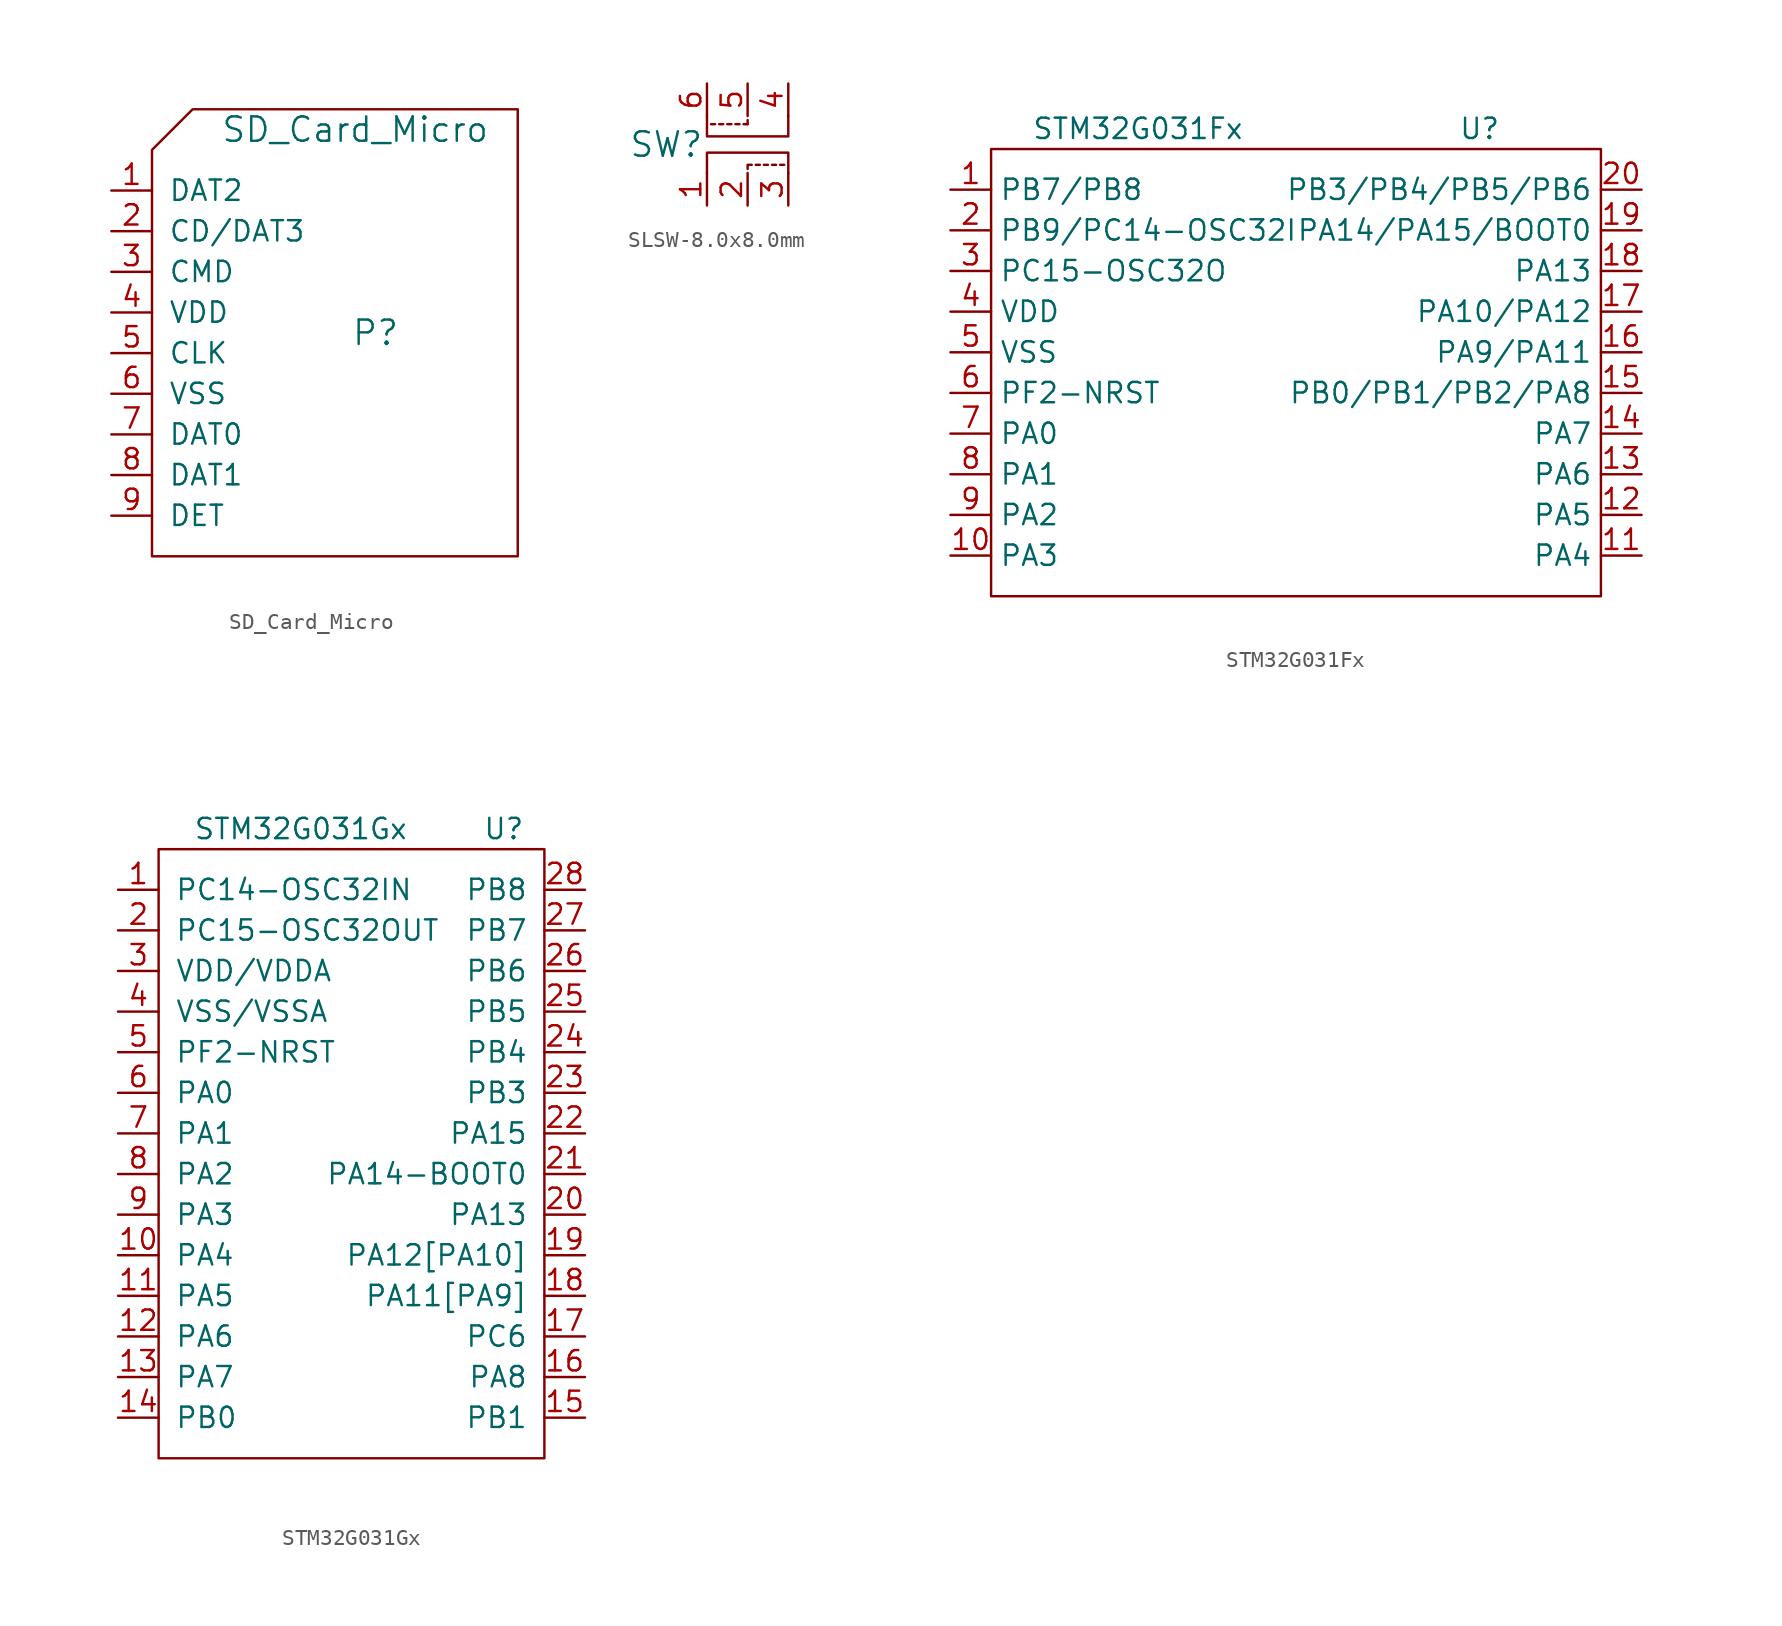
<source format=kicad_sym>
(kicad_symbol_lib
  (version 20220914)
  (generator kicad_symbol_editor)
  (symbol "SD_Card_Micro"
    (pin_names
      (offset 1.016))
    (property "Reference" "P"
      (at 1.27 1.27 0)
      (effects (font (size 1.524 1.524))))
    (property "Value" "SD_Card_Micro"
      (at 0 13.97 0)
      (effects (font (size 1.524 1.524))))
    (property "Footprint" ""
      (at 2.794 -12.7 90)
      (effects (font (size 1.524 1.524))))
    (property "Datasheet" ""
      (at 2.794 -12.7 90)
      (effects (font (size 1.524 1.524))))
    (symbol "SD_Card_Micro_0_1"
      (polyline (pts (xy 10.16 -12.7) (xy -12.7 -12.7) (xy -12.7 12.7) (xy -10.16 15.24) (xy 10.16 15.24) (xy 10.16 -12.7) (xy 10.16 -6.604)) (stroke (width 0) (type default)) (fill (type none))))
    (symbol "SD_Card_Micro_1_1"
      (pin input line (at -15.24 10.16 0) (length 2.54) (name "DAT2" (effects (font (size 1.27 1.27)))) (number "1" (effects (font (size 1.27 1.27)))))
      (pin input line (at -15.24 7.62 0) (length 2.54) (name "CD/DAT3" (effects (font (size 1.27 1.27)))) (number "2" (effects (font (size 1.27 1.27)))))
      (pin input line (at -15.24 5.08 0) (length 2.54) (name "CMD" (effects (font (size 1.27 1.27)))) (number "3" (effects (font (size 1.27 1.27)))))
      (pin input line (at -15.24 2.54 0) (length 2.54) (name "VDD" (effects (font (size 1.27 1.27)))) (number "4" (effects (font (size 1.27 1.27)))))
      (pin input line (at -15.24 0 0) (length 2.54) (name "CLK" (effects (font (size 1.27 1.27)))) (number "5" (effects (font (size 1.27 1.27)))))
      (pin input line (at -15.24 -2.54 0) (length 2.54) (name "VSS" (effects (font (size 1.27 1.27)))) (number "6" (effects (font (size 1.27 1.27)))))
      (pin input line (at -15.24 -5.08 0) (length 2.54) (name "DAT0" (effects (font (size 1.27 1.27)))) (number "7" (effects (font (size 1.27 1.27)))))
      (pin input line (at -15.24 -7.62 0) (length 2.54) (name "DAT1" (effects (font (size 1.27 1.27)))) (number "8" (effects (font (size 1.27 1.27)))))
      (pin bidirectional line (at -15.24 -10.16 0) (length 2.54) (name "DET" (effects (font (size 1.27 1.27)))) (number "9" (effects (font (size 1.27 1.27)))))))
  (symbol "SLSW-8.0x8.0mm"
    (pin_names
      (offset 1.016))
    (property "Reference" "SW"
      (at -5.08 0 0)
      (effects (font (size 1.524 1.524))))
    (property "Footprint" ""
      (at 0 0 0)
      (effects (font (size 2.54 2.54))))
    (property "Datasheet" ""
      (at 0 0 0)
      (effects (font (size 2.54 2.54))))
    (symbol "SLSW-8.0x8.0mm_0_1"
      (polyline (pts (xy -2.032 1.27) (xy -2.286 1.27)) (stroke (width 0) (type default)) (fill (type none)))
      (polyline (pts (xy -1.524 1.27) (xy -1.778 1.27)) (stroke (width 0) (type default)) (fill (type none)))
      (polyline (pts (xy -1.016 1.27) (xy -1.27 1.27)) (stroke (width 0) (type default)) (fill (type none)))
      (polyline (pts (xy -0.508 1.27) (xy -0.762 1.27)) (stroke (width 0) (type default)) (fill (type none)))
      (polyline (pts (xy 0 1.27) (xy -0.254 1.27)) (stroke (width 0) (type default)) (fill (type none)))
      (polyline (pts (xy 0 1.524) (xy 0 1.27)) (stroke (width 0) (type default)) (fill (type none)))
      (polyline (pts (xy 0.508 -1.27) (xy 0.762 -1.27)) (stroke (width 0) (type default)) (fill (type none)))
      (polyline (pts (xy 1.016 -1.27) (xy 1.27 -1.27)) (stroke (width 0) (type default)) (fill (type none)))
      (polyline (pts (xy 1.524 -1.27) (xy 1.778 -1.27)) (stroke (width 0) (type default)) (fill (type none)))
      (polyline (pts (xy 2.032 -1.27) (xy 2.286 -1.27)) (stroke (width 0) (type default)) (fill (type none)))
      (polyline (pts (xy 0 -1.524) (xy 0 -1.27) (xy 0.254 -1.27)) (stroke (width 0) (type default)) (fill (type none)))
      (polyline (pts (xy -2.54 1.778) (xy -2.54 0.508) (xy 2.54 0.508) (xy 2.54 1.778)) (stroke (width 0) (type default)) (fill (type none)))
      (polyline (pts (xy 2.54 -1.778) (xy 2.54 -0.508) (xy -2.54 -0.508) (xy -2.54 -1.778)) (stroke (width 0) (type default)) (fill (type none))))
    (symbol "SLSW-8.0x8.0mm_1_1"
      (pin input line (at -2.54 -3.81 90) (length 2.032) (name "~" (effects (font (size 1.27 1.27)))) (number "1" (effects (font (size 1.27 1.27)))))
      (pin input line (at 0 -3.81 90) (length 2.032) (name "~" (effects (font (size 1.27 1.27)))) (number "2" (effects (font (size 1.27 1.27)))))
      (pin input line (at 2.54 -3.81 90) (length 2.032) (name "~" (effects (font (size 1.27 1.27)))) (number "3" (effects (font (size 1.27 1.27)))))
      (pin input line (at 2.54 3.81 270) (length 2.032) (name "~" (effects (font (size 1.27 1.27)))) (number "4" (effects (font (size 1.27 1.27)))))
      (pin passive line (at 0 3.81 270) (length 2.032) (name "~" (effects (font (size 1.27 1.27)))) (number "5" (effects (font (size 1.27 1.27)))))
      (pin input line (at -2.54 3.81 270) (length 2.032) (name "~" (effects (font (size 1.27 1.27)))) (number "6" (effects (font (size 1.27 1.27)))))))
  (symbol "STM32G031Fx"
    (property "Reference" "U"
      (at 10.16 15.24 0)
      (effects (font (size 1.27 1.27)) (justify left)))
    (property "Value" "STM32G031Fx"
      (at -16.51 15.24 0)
      (effects (font (size 1.27 1.27)) (justify left)))
    (symbol "STM32G031Fx_0_1"
      (rectangle (start -19.05 13.97) (end 19.05 -13.97) (stroke (width 0) (type default)) (fill (type none))))
    (symbol "STM32G031Fx_1_1"
      (pin bidirectional line (at -21.59 11.43 0) (length 2.54) (name "PB7/PB8" (effects (font (size 1.27 1.27)))) (number "1" (effects (font (size 1.27 1.27)))))
      (pin bidirectional line (at -21.59 -11.43 0) (length 2.54) (name "PA3" (effects (font (size 1.27 1.27)))) (number "10" (effects (font (size 1.27 1.27)))))
      (pin bidirectional line (at 21.59 -11.43 180) (length 2.54) (name "PA4" (effects (font (size 1.27 1.27)))) (number "11" (effects (font (size 1.27 1.27)))))
      (pin bidirectional line (at 21.59 -8.89 180) (length 2.54) (name "PA5" (effects (font (size 1.27 1.27)))) (number "12" (effects (font (size 1.27 1.27)))))
      (pin bidirectional line (at 21.59 -6.35 180) (length 2.54) (name "PA6" (effects (font (size 1.27 1.27)))) (number "13" (effects (font (size 1.27 1.27)))))
      (pin bidirectional line (at 21.59 -3.81 180) (length 2.54) (name "PA7" (effects (font (size 1.27 1.27)))) (number "14" (effects (font (size 1.27 1.27)))))
      (pin bidirectional line (at 21.59 -1.27 180) (length 2.54) (name "PB0/PB1/PB2/PA8" (effects (font (size 1.27 1.27)))) (number "15" (effects (font (size 1.27 1.27)))))
      (pin bidirectional line (at 21.59 1.27 180) (length 2.54) (name "PA9/PA11" (effects (font (size 1.27 1.27)))) (number "16" (effects (font (size 1.27 1.27)))))
      (pin bidirectional line (at 21.59 3.81 180) (length 2.54) (name "PA10/PA12" (effects (font (size 1.27 1.27)))) (number "17" (effects (font (size 1.27 1.27)))))
      (pin bidirectional line (at 21.59 6.35 180) (length 2.54) (name "PA13" (effects (font (size 1.27 1.27)))) (number "18" (effects (font (size 1.27 1.27)))))
      (pin bidirectional line (at 21.59 8.89 180) (length 2.54) (name "PA14/PA15/BOOT0" (effects (font (size 1.27 1.27)))) (number "19" (effects (font (size 1.27 1.27)))))
      (pin bidirectional line (at -21.59 8.89 0) (length 2.54) (name "PB9/PC14-OSC32I" (effects (font (size 1.27 1.27)))) (number "2" (effects (font (size 1.27 1.27)))))
      (pin bidirectional line (at 21.59 11.43 180) (length 2.54) (name "PB3/PB4/PB5/PB6" (effects (font (size 1.27 1.27)))) (number "20" (effects (font (size 1.27 1.27)))))
      (pin bidirectional line (at -21.59 6.35 0) (length 2.54) (name "PC15-OSC32O" (effects (font (size 1.27 1.27)))) (number "3" (effects (font (size 1.27 1.27)))))
      (pin power_in line (at -21.59 3.81 0) (length 2.54) (name "VDD" (effects (font (size 1.27 1.27)))) (number "4" (effects (font (size 1.27 1.27)))))
      (pin power_in line (at -21.59 1.27 0) (length 2.54) (name "VSS" (effects (font (size 1.27 1.27)))) (number "5" (effects (font (size 1.27 1.27)))))
      (pin bidirectional line (at -21.59 -1.27 0) (length 2.54) (name "PF2-NRST" (effects (font (size 1.27 1.27)))) (number "6" (effects (font (size 1.27 1.27)))))
      (pin bidirectional line (at -21.59 -3.81 0) (length 2.54) (name "PA0" (effects (font (size 1.27 1.27)))) (number "7" (effects (font (size 1.27 1.27)))))
      (pin bidirectional line (at -21.59 -6.35 0) (length 2.54) (name "PA1" (effects (font (size 1.27 1.27)))) (number "8" (effects (font (size 1.27 1.27)))))
      (pin bidirectional line (at -21.59 -8.89 0) (length 2.54) (name "PA2" (effects (font (size 1.27 1.27)))) (number "9" (effects (font (size 1.27 1.27)))))))
  (symbol "STM32G031Gx"
    (pin_names
      (offset 1.016))
    (property "Reference" "U"
      (at 8.89 20.32 0)
      (effects (font (size 1.27 1.27))))
    (property "Value" "STM32G031Gx"
      (at -3.81 20.32 0)
      (effects (font (size 1.27 1.27))))
    (symbol "STM32G031Gx_0_1"
      (rectangle (start -12.7 19.05) (end 11.43 -19.05) (stroke (width 0) (type default)) (fill (type none))))
    (symbol "STM32G031Gx_1_1"
      (pin bidirectional line (at -15.24 16.51 0) (length 2.54) (name "PC14-OSC32IN" (effects (font (size 1.27 1.27)))) (number "1" (effects (font (size 1.27 1.27)))))
      (pin bidirectional line (at -15.24 -6.35 0) (length 2.54) (name "PA4" (effects (font (size 1.27 1.27)))) (number "10" (effects (font (size 1.27 1.27)))))
      (pin bidirectional line (at -15.24 -8.89 0) (length 2.54) (name "PA5" (effects (font (size 1.27 1.27)))) (number "11" (effects (font (size 1.27 1.27)))))
      (pin bidirectional line (at -15.24 -11.43 0) (length 2.54) (name "PA6" (effects (font (size 1.27 1.27)))) (number "12" (effects (font (size 1.27 1.27)))))
      (pin bidirectional line (at -15.24 -13.97 0) (length 2.54) (name "PA7" (effects (font (size 1.27 1.27)))) (number "13" (effects (font (size 1.27 1.27)))))
      (pin bidirectional line (at -15.24 -16.51 0) (length 2.54) (name "PB0" (effects (font (size 1.27 1.27)))) (number "14" (effects (font (size 1.27 1.27)))))
      (pin bidirectional line (at 13.97 -16.51 180) (length 2.54) (name "PB1" (effects (font (size 1.27 1.27)))) (number "15" (effects (font (size 1.27 1.27)))))
      (pin bidirectional line (at 13.97 -13.97 180) (length 2.54) (name "PA8" (effects (font (size 1.27 1.27)))) (number "16" (effects (font (size 1.27 1.27)))))
      (pin bidirectional line (at 13.97 -11.43 180) (length 2.54) (name "PC6" (effects (font (size 1.27 1.27)))) (number "17" (effects (font (size 1.27 1.27)))))
      (pin bidirectional line (at 13.97 -8.89 180) (length 2.54) (name "PA11[PA9]" (effects (font (size 1.27 1.27)))) (number "18" (effects (font (size 1.27 1.27)))))
      (pin bidirectional line (at 13.97 -6.35 180) (length 2.54) (name "PA12[PA10]" (effects (font (size 1.27 1.27)))) (number "19" (effects (font (size 1.27 1.27)))))
      (pin bidirectional line (at -15.24 13.97 0) (length 2.54) (name "PC15-OSC32OUT" (effects (font (size 1.27 1.27)))) (number "2" (effects (font (size 1.27 1.27)))))
      (pin bidirectional line (at 13.97 -3.81 180) (length 2.54) (name "PA13" (effects (font (size 1.27 1.27)))) (number "20" (effects (font (size 1.27 1.27)))))
      (pin bidirectional line (at 13.97 -1.27 180) (length 2.54) (name "PA14-BOOT0" (effects (font (size 1.27 1.27)))) (number "21" (effects (font (size 1.27 1.27)))))
      (pin bidirectional line (at 13.97 1.27 180) (length 2.54) (name "PA15" (effects (font (size 1.27 1.27)))) (number "22" (effects (font (size 1.27 1.27)))))
      (pin bidirectional line (at 13.97 3.81 180) (length 2.54) (name "PB3" (effects (font (size 1.27 1.27)))) (number "23" (effects (font (size 1.27 1.27)))))
      (pin bidirectional line (at 13.97 6.35 180) (length 2.54) (name "PB4" (effects (font (size 1.27 1.27)))) (number "24" (effects (font (size 1.27 1.27)))))
      (pin bidirectional line (at 13.97 8.89 180) (length 2.54) (name "PB5" (effects (font (size 1.27 1.27)))) (number "25" (effects (font (size 1.27 1.27)))))
      (pin bidirectional line (at 13.97 11.43 180) (length 2.54) (name "PB6" (effects (font (size 1.27 1.27)))) (number "26" (effects (font (size 1.27 1.27)))))
      (pin bidirectional line (at 13.97 13.97 180) (length 2.54) (name "PB7" (effects (font (size 1.27 1.27)))) (number "27" (effects (font (size 1.27 1.27)))))
      (pin bidirectional line (at 13.97 16.51 180) (length 2.54) (name "PB8" (effects (font (size 1.27 1.27)))) (number "28" (effects (font (size 1.27 1.27)))))
      (pin power_in line (at -15.24 11.43 0) (length 2.54) (name "VDD/VDDA" (effects (font (size 1.27 1.27)))) (number "3" (effects (font (size 1.27 1.27)))))
      (pin power_in line (at -15.24 8.89 0) (length 2.54) (name "VSS/VSSA" (effects (font (size 1.27 1.27)))) (number "4" (effects (font (size 1.27 1.27)))))
      (pin bidirectional line (at -15.24 6.35 0) (length 2.54) (name "PF2-NRST" (effects (font (size 1.27 1.27)))) (number "5" (effects (font (size 1.27 1.27)))))
      (pin bidirectional line (at -15.24 3.81 0) (length 2.54) (name "PA0" (effects (font (size 1.27 1.27)))) (number "6" (effects (font (size 1.27 1.27)))))
      (pin bidirectional line (at -15.24 1.27 0) (length 2.54) (name "PA1" (effects (font (size 1.27 1.27)))) (number "7" (effects (font (size 1.27 1.27)))))
      (pin bidirectional line (at -15.24 -1.27 0) (length 2.54) (name "PA2" (effects (font (size 1.27 1.27)))) (number "8" (effects (font (size 1.27 1.27)))))
      (pin bidirectional line (at -15.24 -3.81 0) (length 2.54) (name "PA3" (effects (font (size 1.27 1.27)))) (number "9" (effects (font (size 1.27 1.27))))))))
</source>
